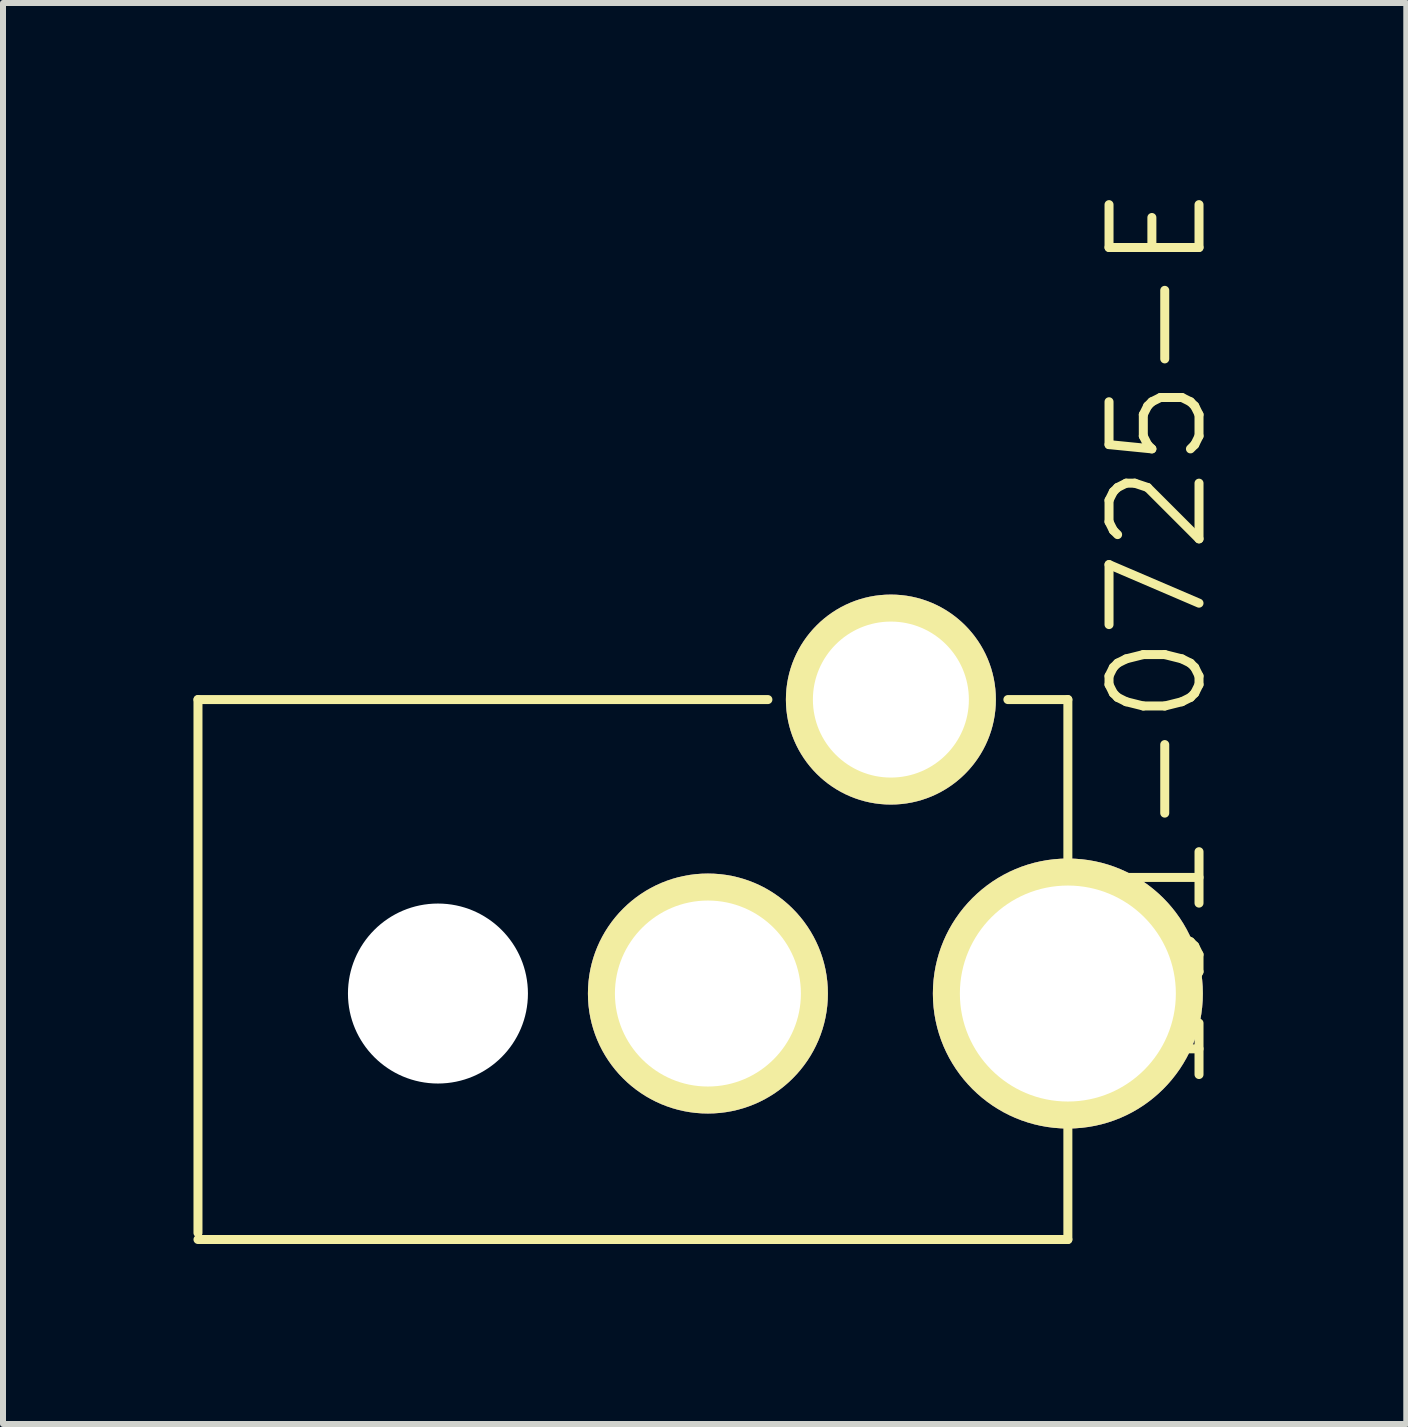
<source format=kicad_pcb>
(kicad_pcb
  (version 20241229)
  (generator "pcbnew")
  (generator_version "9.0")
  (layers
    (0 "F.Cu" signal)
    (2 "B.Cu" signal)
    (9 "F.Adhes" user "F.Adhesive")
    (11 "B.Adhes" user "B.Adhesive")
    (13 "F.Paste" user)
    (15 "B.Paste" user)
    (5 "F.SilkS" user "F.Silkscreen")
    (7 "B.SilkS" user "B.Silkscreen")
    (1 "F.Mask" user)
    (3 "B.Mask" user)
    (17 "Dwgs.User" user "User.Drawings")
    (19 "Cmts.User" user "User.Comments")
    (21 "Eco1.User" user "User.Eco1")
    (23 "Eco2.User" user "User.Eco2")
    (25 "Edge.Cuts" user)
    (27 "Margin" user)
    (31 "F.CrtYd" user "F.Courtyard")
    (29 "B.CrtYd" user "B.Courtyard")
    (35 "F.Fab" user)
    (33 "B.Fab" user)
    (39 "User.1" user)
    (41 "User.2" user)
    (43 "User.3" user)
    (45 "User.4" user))
  (footprint "161-0725-E"
    (layer "F.Cu")
    (at 0.25 8.611)
    (property "Reference" "161-0725-E" (at 16 -1 90) (layer "F.SilkS") (effects (font (size 1.5 1.5) (thickness 0.15))))
    (attr through_hole)
    (fp_line (start 0 8.89) (end 0 0) (stroke (width 0.15) (type solid)) (layer "F.SilkS"))
    (fp_line (start 9.5 0) (end 0 0) (stroke (width 0.15) (type solid)) (layer "F.SilkS"))
    (fp_line (start 14.5 0) (end 13.5 0) (stroke (width 0.15) (type solid)) (layer "F.SilkS"))
    (fp_line (start 14.5 0) (end 14.5 9) (stroke (width 0.15) (type solid)) (layer "F.SilkS"))
    (fp_line (start 14.5 9) (end 0 9) (stroke (width 0.15) (type solid)) (layer "F.SilkS"))
    (pad "" np_thru_hole circle (at 4 4.9) (size 3 3) (drill 3) (layers "*.Cu" "*.Mask"))
    (pad "1" thru_hole circle (at 14.5 4.9) (size 4.5 4.5) (drill 3.6) (layers "*.Cu" "*.Mask" "F.SilkS"))
    (pad "2" thru_hole circle (at 11.55 0) (size 3.5 3.5) (drill 2.6) (layers "*.Cu" "*.Mask" "F.SilkS"))
    (pad "3" thru_hole circle (at 8.5 4.9) (size 4 4) (drill 3.1) (layers "*.Cu" "*.Mask" "F.SilkS")))
  (gr_rect
    (start -3 -3)
    (end 20.391 20.686)
    (stroke (width 0.1) (type default))
    (fill no)
    (layer "Edge.Cuts")))
</source>
